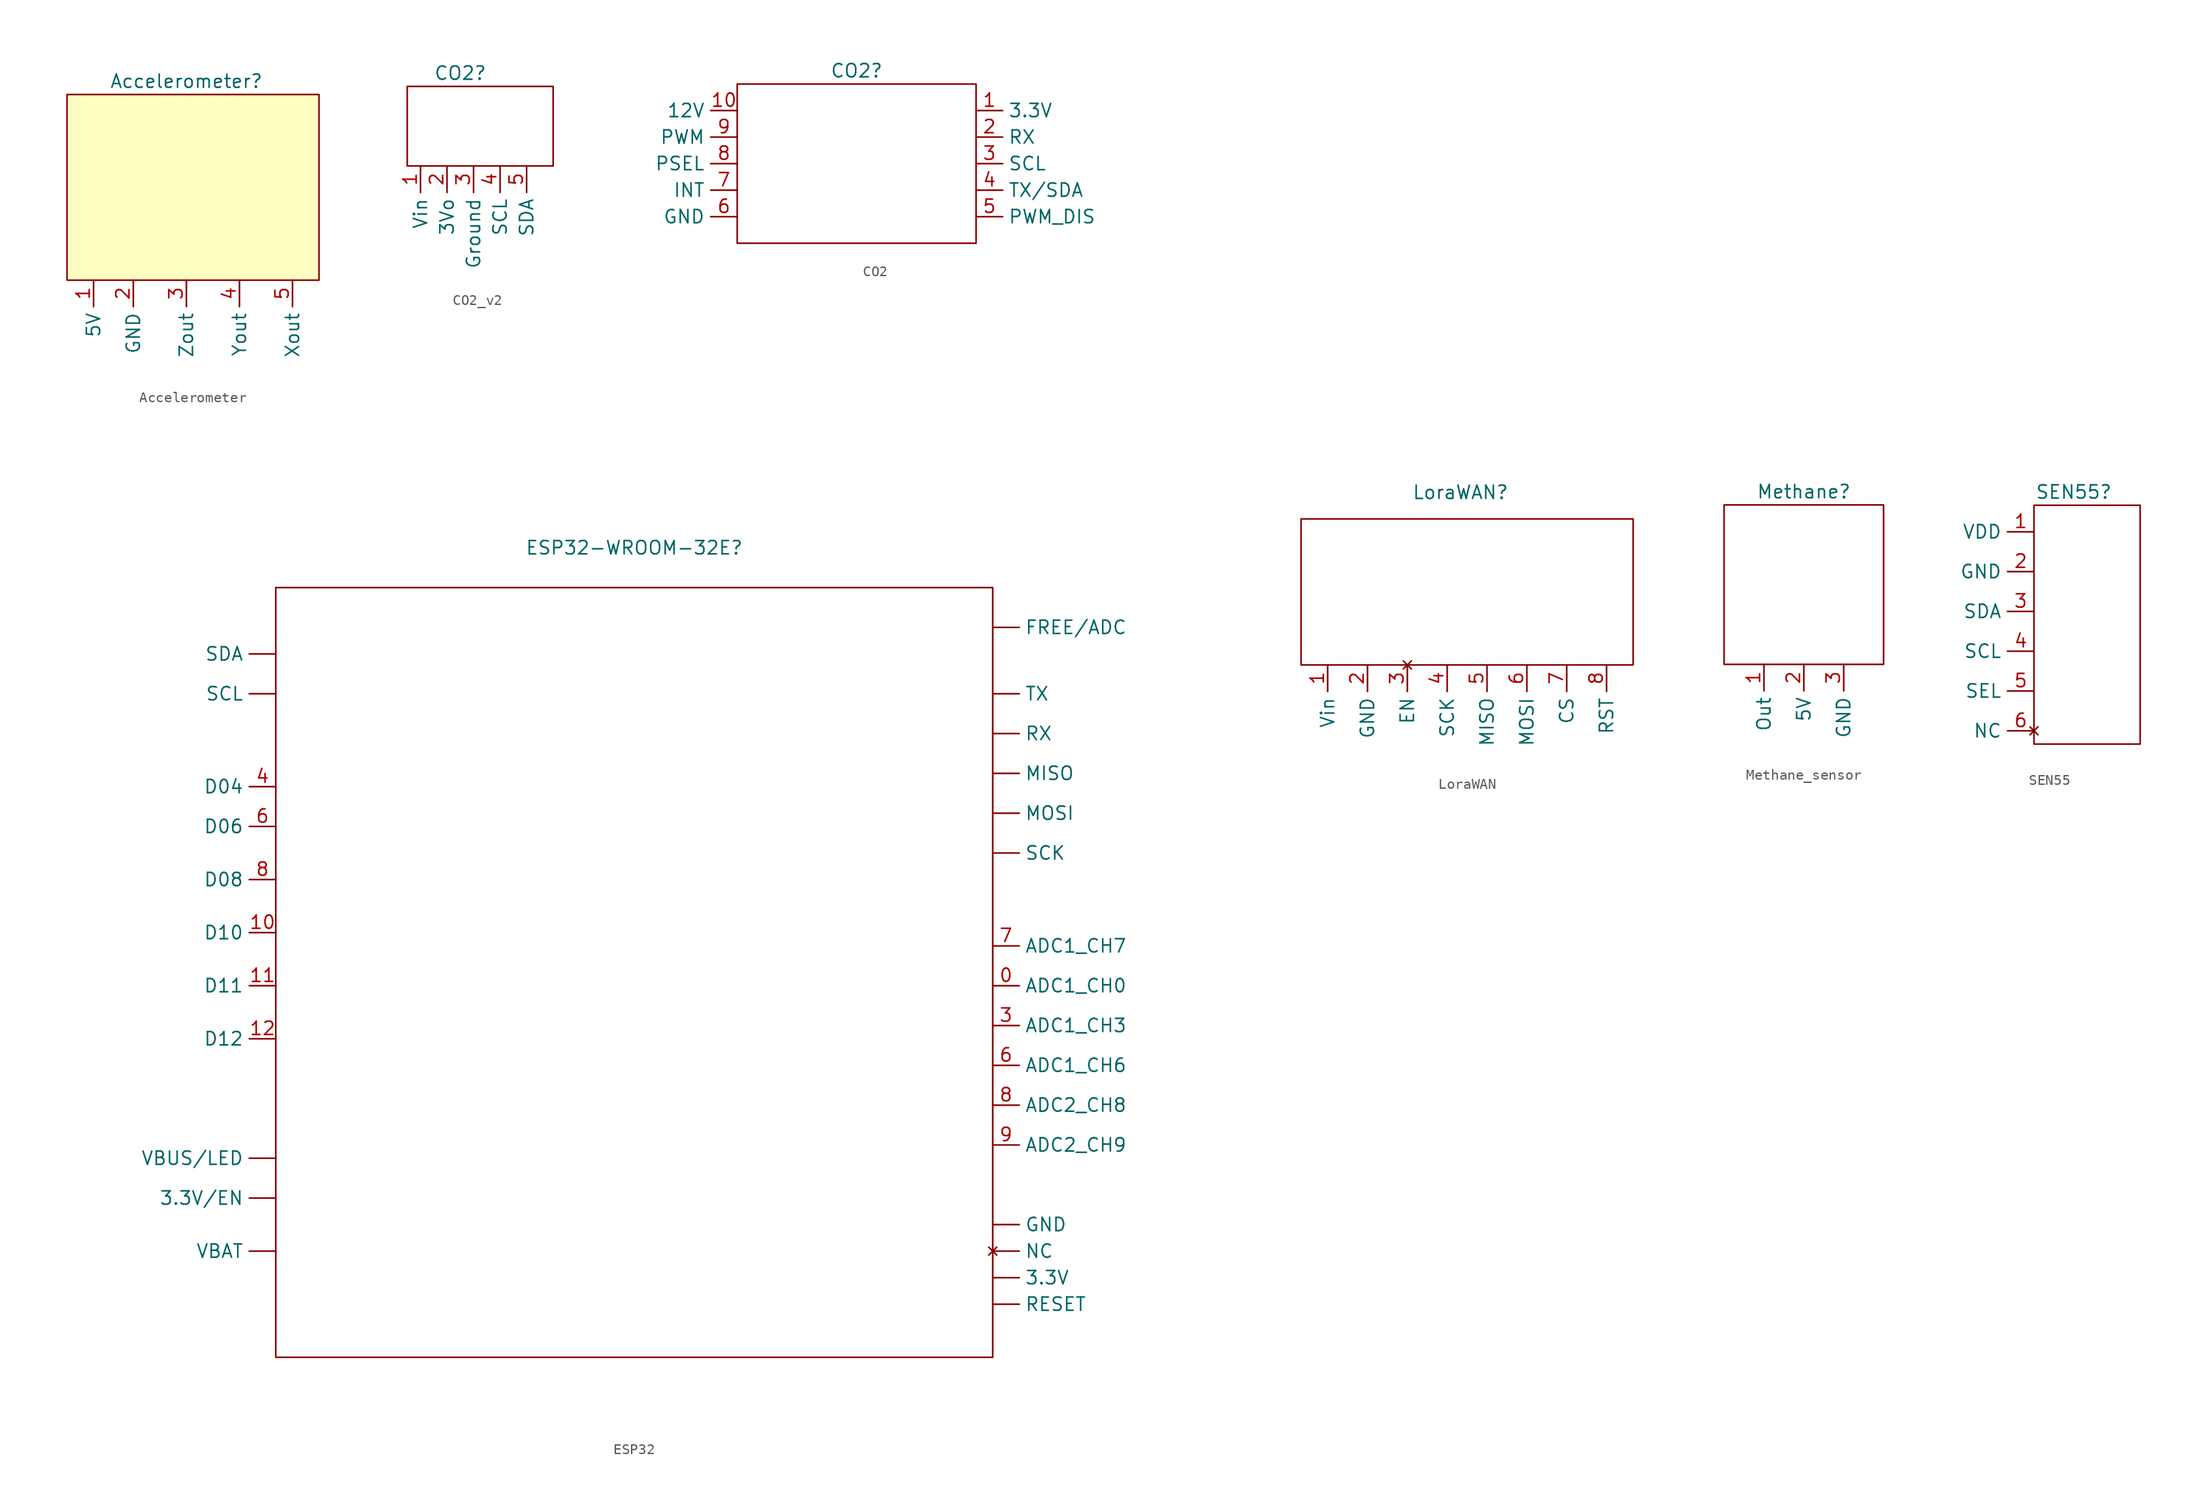
<source format=kicad_sym>
(kicad_symbol_lib
  (version 20220914)
  (generator kicad_symbol_editor)
  (symbol "Accelerometer"
    (property "Reference" "Accelerometer"
      (at 0 0 0)
      (effects (font (size 1.27 1.27))))
    (property "Value" ""
      (at 0 0 0)
      (effects (font (size 1.27 1.27))))
    (symbol "Accelerometer_1_1"
      (rectangle (start -11.43 -1.27) (end 12.7 -19.05) (stroke (width 0) (type default)) (fill (type background)))
      (pin power_in line (at -8.89 -19.05 270) (length 2.54) (name "5V" (effects (font (size 1.27 1.27)))) (number "1" (effects (font (size 1.27 1.27)))))
      (pin power_in line (at -5.08 -19.05 270) (length 2.54) (name "GND" (effects (font (size 1.27 1.27)))) (number "2" (effects (font (size 1.27 1.27)))))
      (pin output line (at 0 -19.05 270) (length 2.54) (name "Zout" (effects (font (size 1.27 1.27)))) (number "3" (effects (font (size 1.27 1.27)))))
      (pin output line (at 5.08 -19.05 270) (length 2.54) (name "Yout" (effects (font (size 1.27 1.27)))) (number "4" (effects (font (size 1.27 1.27)))))
      (pin output line (at 10.16 -19.05 270) (length 2.54) (name "Xout" (effects (font (size 1.27 1.27)))) (number "5" (effects (font (size 1.27 1.27)))))))
  (symbol "CO2_v2"
    (property "Reference" "CO2"
      (at 0 0 0)
      (effects (font (size 1.27 1.27))))
    (property "Value" ""
      (at 0 0 0)
      (effects (font (size 1.27 1.27))))
    (symbol "CO2_v2_0_1"
      (rectangle (start -5.08 -1.27) (end 8.89 -8.89) (stroke (width 0) (type default)) (fill (type none))))
    (symbol "CO2_v2_1_1"
      (pin power_in line (at -3.81 -8.89 270) (length 2.54) (name "Vin" (effects (font (size 1.27 1.27)))) (number "1" (effects (font (size 1.27 1.27)))))
      (pin power_out line (at -1.27 -8.89 270) (length 2.54) (name "3Vo" (effects (font (size 1.27 1.27)))) (number "2" (effects (font (size 1.27 1.27)))))
      (pin input line (at 1.27 -8.89 270) (length 2.54) (name "Ground" (effects (font (size 1.27 1.27)))) (number "3" (effects (font (size 1.27 1.27)))))
      (pin bidirectional line (at 3.81 -8.89 270) (length 2.54) (name "SCL" (effects (font (size 1.27 1.27)))) (number "4" (effects (font (size 1.27 1.27)))))
      (pin bidirectional line (at 6.35 -8.89 270) (length 2.54) (name "SDA" (effects (font (size 1.27 1.27)))) (number "5" (effects (font (size 1.27 1.27)))))))
  (symbol "CO2"
    (property "Reference" "CO2"
      (at 0 0 0)
      (effects (font (size 1.27 1.27))))
    (property "Value" ""
      (at 0 0 0)
      (effects (font (size 1.27 1.27))))
    (symbol "CO2_0_1"
      (rectangle (start -11.43 -1.27) (end 11.43 -16.51) (stroke (width 0) (type default)) (fill (type none))))
    (symbol "CO2_1_1"
      (pin power_in line (at 11.43 -3.81 0) (length 2.54) (name "3.3V" (effects (font (size 1.27 1.27)))) (number "1" (effects (font (size 1.27 1.27)))))
      (pin power_in line (at -11.43 -3.81 180) (length 2.54) (name "12V" (effects (font (size 1.27 1.27)))) (number "10" (effects (font (size 1.27 1.27)))))
      (pin input line (at 11.43 -6.35 0) (length 2.54) (name "RX" (effects (font (size 1.27 1.27)))) (number "2" (effects (font (size 1.27 1.27)))))
      (pin input line (at 11.43 -8.89 0) (length 2.54) (name "SCL" (effects (font (size 1.27 1.27)))) (number "3" (effects (font (size 1.27 1.27)))))
      (pin output line (at 11.43 -11.43 0) (length 2.54) (name "TX/SDA" (effects (font (size 1.27 1.27)))) (number "4" (effects (font (size 1.27 1.27)))))
      (pin input line (at 11.43 -13.97 0) (length 2.54) (name "PWM_DIS" (effects (font (size 1.27 1.27)))) (number "5" (effects (font (size 1.27 1.27)))))
      (pin input line (at -11.43 -13.97 180) (length 2.54) (name "GND" (effects (font (size 1.27 1.27)))) (number "6" (effects (font (size 1.27 1.27)))))
      (pin output line (at -11.43 -11.43 180) (length 2.54) (name "INT" (effects (font (size 1.27 1.27)))) (number "7" (effects (font (size 1.27 1.27)))))
      (pin input line (at -11.43 -8.89 180) (length 2.54) (name "PSEL" (effects (font (size 1.27 1.27)))) (number "8" (effects (font (size 1.27 1.27)))))
      (pin output line (at -11.43 -6.35 180) (length 2.54) (name "PWM" (effects (font (size 1.27 1.27)))) (number "9" (effects (font (size 1.27 1.27)))))))
  (symbol "ESP32"
    (property "Reference" "ESP32-WROOM-32E"
      (at 0 1.27 0)
      (effects (font (size 1.27 1.27))))
    (property "Value" ""
      (at 0 0 0)
      (effects (font (size 1.27 1.27))))
    (symbol "ESP32_0_1"
      (rectangle (start -34.29 -2.54) (end 34.29 -76.2) (stroke (width 0) (type default)) (fill (type none))))
    (symbol "ESP32_1_1"
      (pin input line (at 34.29 -68.58 0) (length 2.54) (name "3.3V" (effects (font (size 1.27 1.27)))) (number "" (effects (font (size 1.27 1.27)))))
      (pin power_in line (at -34.29 -60.96 180) (length 2.54) (name "3.3V/EN" (effects (font (size 1.27 1.27)))) (number "" (effects (font (size 1.27 1.27)))))
      (pin input line (at 34.29 -6.35 0) (length 2.54) (name "FREE/ADC" (effects (font (size 1.27 1.27)))) (number "" (effects (font (size 1.27 1.27)))))
      (pin input line (at 34.29 -63.5 0) (length 2.54) (name "GND" (effects (font (size 1.27 1.27)))) (number "" (effects (font (size 1.27 1.27)))))
      (pin bidirectional line (at 34.29 -20.32 0) (length 2.54) (name "MISO" (effects (font (size 1.27 1.27)))) (number "" (effects (font (size 1.27 1.27)))))
      (pin bidirectional line (at 34.29 -24.13 0) (length 2.54) (name "MOSI" (effects (font (size 1.27 1.27)))) (number "" (effects (font (size 1.27 1.27)))))
      (pin no_connect line (at 34.29 -66.04 0) (length 2.54) (name "NC" (effects (font (size 1.27 1.27)))) (number "" (effects (font (size 1.27 1.27)))))
      (pin unspecified line (at 34.29 -71.12 0) (length 2.54) (name "RESET" (effects (font (size 1.27 1.27)))) (number "" (effects (font (size 1.27 1.27)))))
      (pin input line (at 34.29 -16.51 0) (length 2.54) (name "RX" (effects (font (size 1.27 1.27)))) (number "" (effects (font (size 1.27 1.27)))))
      (pin bidirectional line (at 34.29 -27.94 0) (length 2.54) (name "SCK" (effects (font (size 1.27 1.27)))) (number "" (effects (font (size 1.27 1.27)))))
      (pin bidirectional line (at -34.29 -12.7 180) (length 2.54) (name "SCL" (effects (font (size 1.27 1.27)))) (number "" (effects (font (size 1.27 1.27)))))
      (pin bidirectional line (at -34.29 -8.89 180) (length 2.54) (name "SDA" (effects (font (size 1.27 1.27)))) (number "" (effects (font (size 1.27 1.27)))))
      (pin output line (at 34.29 -12.7 0) (length 2.54) (name "TX" (effects (font (size 1.27 1.27)))) (number "" (effects (font (size 1.27 1.27)))))
      (pin power_in line (at -34.29 -66.04 180) (length 2.54) (name "VBAT" (effects (font (size 1.27 1.27)))) (number "" (effects (font (size 1.27 1.27)))))
      (pin power_in line (at -34.29 -57.15 180) (length 2.54) (name "VBUS/LED" (effects (font (size 1.27 1.27)))) (number "" (effects (font (size 1.27 1.27)))))
      (pin bidirectional line (at 34.29 -40.64 0) (length 2.54) (name "ADC1_CH0" (effects (font (size 1.27 1.27)))) (number "0" (effects (font (size 1.27 1.27)))))
      (pin input line (at -34.29 -35.56 180) (length 2.54) (name "D10" (effects (font (size 1.27 1.27)))) (number "10" (effects (font (size 1.27 1.27)))))
      (pin input line (at -34.29 -40.64 180) (length 2.54) (name "D11" (effects (font (size 1.27 1.27)))) (number "11" (effects (font (size 1.27 1.27)))))
      (pin input line (at -34.29 -45.72 180) (length 2.54) (name "D12" (effects (font (size 1.27 1.27)))) (number "12" (effects (font (size 1.27 1.27)))))
      (pin bidirectional line (at 34.29 -44.45 0) (length 2.54) (name "ADC1_CH3" (effects (font (size 1.27 1.27)))) (number "3" (effects (font (size 1.27 1.27)))))
      (pin input line (at -34.29 -21.59 180) (length 2.54) (name "D04" (effects (font (size 1.27 1.27)))) (number "4" (effects (font (size 1.27 1.27)))))
      (pin bidirectional line (at 34.29 -48.26 0) (length 2.54) (name "ADC1_CH6" (effects (font (size 1.27 1.27)))) (number "6" (effects (font (size 1.27 1.27)))))
      (pin input line (at -34.29 -25.4 180) (length 2.54) (name "D06" (effects (font (size 1.27 1.27)))) (number "6" (effects (font (size 1.27 1.27)))))
      (pin bidirectional line (at 34.29 -36.83 0) (length 2.54) (name "ADC1_CH7" (effects (font (size 1.27 1.27)))) (number "7" (effects (font (size 1.27 1.27)))))
      (pin bidirectional line (at 34.29 -52.07 0) (length 2.54) (name "ADC2_CH8" (effects (font (size 1.27 1.27)))) (number "8" (effects (font (size 1.27 1.27)))))
      (pin input line (at -34.29 -30.48 180) (length 2.54) (name "D08" (effects (font (size 1.27 1.27)))) (number "8" (effects (font (size 1.27 1.27)))))
      (pin bidirectional line (at 34.29 -55.88 0) (length 2.54) (name "ADC2_CH9" (effects (font (size 1.27 1.27)))) (number "9" (effects (font (size 1.27 1.27)))))))
  (symbol "LoraWAN"
    (property "Reference" "LoraWAN"
      (at 6.35 1.27 0)
      (effects (font (size 1.27 1.27))))
    (property "Value" ""
      (at 0 0 0)
      (effects (font (size 1.27 1.27))))
    (symbol "LoraWAN_0_1"
      (rectangle (start -8.89 -1.27) (end 22.86 -15.24) (stroke (width 0) (type default)) (fill (type none))))
    (symbol "LoraWAN_1_1"
      (pin power_in line (at -6.35 -15.24 270) (length 2.54) (name "Vin" (effects (font (size 1.27 1.27)))) (number "1" (effects (font (size 1.27 1.27)))))
      (pin input line (at -2.54 -15.24 270) (length 2.54) (name "GND" (effects (font (size 1.27 1.27)))) (number "2" (effects (font (size 1.27 1.27)))))
      (pin no_connect line (at 1.27 -15.24 270) (length 2.54) (name "EN" (effects (font (size 1.27 1.27)))) (number "3" (effects (font (size 1.27 1.27)))))
      (pin input line (at 5.08 -15.24 270) (length 2.54) (name "SCK" (effects (font (size 1.27 1.27)))) (number "4" (effects (font (size 1.27 1.27)))))
      (pin input line (at 8.89 -15.24 270) (length 2.54) (name "MISO" (effects (font (size 1.27 1.27)))) (number "5" (effects (font (size 1.27 1.27)))))
      (pin input line (at 12.7 -15.24 270) (length 2.54) (name "MOSI" (effects (font (size 1.27 1.27)))) (number "6" (effects (font (size 1.27 1.27)))))
      (pin input line (at 16.51 -15.24 270) (length 2.54) (name "CS" (effects (font (size 1.27 1.27)))) (number "7" (effects (font (size 1.27 1.27)))))
      (pin input line (at 20.32 -15.24 270) (length 2.54) (name "RST" (effects (font (size 1.27 1.27)))) (number "8" (effects (font (size 1.27 1.27)))))))
  (symbol "Methane_sensor"
    (property "Reference" "Methane"
      (at 0 1.27 0)
      (effects (font (size 1.27 1.27))))
    (property "Value" ""
      (at 0 0 0)
      (effects (font (size 1.27 1.27))))
    (symbol "Methane_sensor_1_1"
      (rectangle (start -7.62 0) (end 7.62 -15.24) (stroke (width 0) (type default)) (fill (type none)))
      (pin output line (at -3.81 -15.24 270) (length 2.54) (name "Out" (effects (font (size 1.27 1.27)))) (number "1" (effects (font (size 1.27 1.27)))))
      (pin power_in line (at 0 -15.24 270) (length 2.54) (name "5V" (effects (font (size 1.27 1.27)))) (number "2" (effects (font (size 1.27 1.27)))))
      (pin power_in line (at 3.81 -15.24 270) (length 2.54) (name "GND" (effects (font (size 1.27 1.27)))) (number "3" (effects (font (size 1.27 1.27)))))))
  (symbol "SEN55"
    (property "Reference" "SEN55"
      (at 0 0 0)
      (effects (font (size 1.27 1.27))))
    (property "Value" ""
      (at 0 0 0)
      (effects (font (size 1.27 1.27))))
    (symbol "SEN55_0_1"
      (rectangle (start -3.81 -1.27) (end 6.35 -24.13) (stroke (width 0) (type default)) (fill (type none))))
    (symbol "SEN55_1_1"
      (pin power_in line (at -3.81 -3.81 180) (length 2.54) (name "VDD" (effects (font (size 1.27 1.27)))) (number "1" (effects (font (size 1.27 1.27)))))
      (pin input line (at -3.81 -7.62 180) (length 2.54) (name "GND" (effects (font (size 1.27 1.27)))) (number "2" (effects (font (size 1.27 1.27)))))
      (pin input line (at -3.81 -11.43 180) (length 2.54) (name "SDA" (effects (font (size 1.27 1.27)))) (number "3" (effects (font (size 1.27 1.27)))))
      (pin input line (at -3.81 -15.24 180) (length 2.54) (name "SCL" (effects (font (size 1.27 1.27)))) (number "4" (effects (font (size 1.27 1.27)))))
      (pin input line (at -3.81 -19.05 180) (length 2.54) (name "SEL" (effects (font (size 1.27 1.27)))) (number "5" (effects (font (size 1.27 1.27)))))
      (pin no_connect line (at -3.81 -22.86 180) (length 2.54) (name "NC" (effects (font (size 1.27 1.27)))) (number "6" (effects (font (size 1.27 1.27))))))))
</source>
